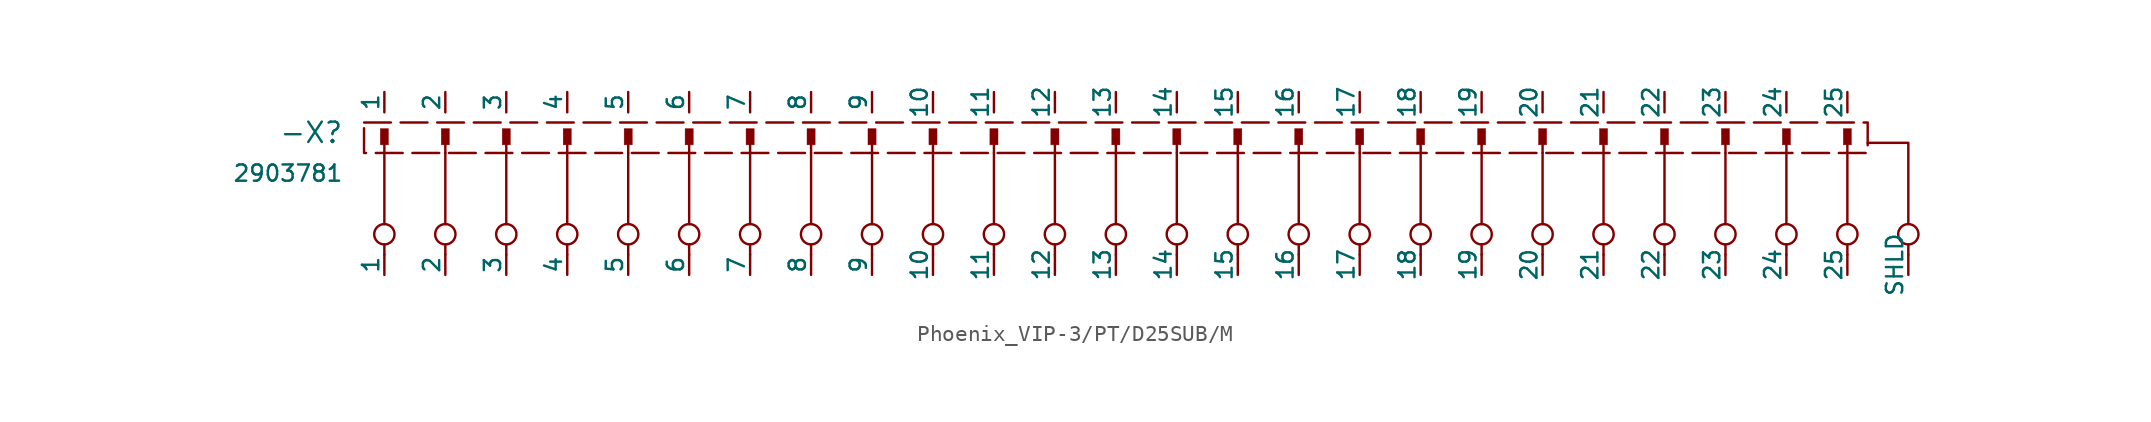
<source format=kicad_sym>
(kicad_symbol_lib
  (version 20231120)
  (generator "kicad_symbol_editor")
  (generator_version "8.0")
  (symbol "Phoenix_VIP-3/PT/D25SUB/M"
    (pin_numbers hide)
    (pin_names
      (offset 0))
    (property "Reference" "-X"
      (at -2.54 1.27 0)
      (do_not_autoplace)
      (effects (font (size 1.27 1.27)) (justify right)))
    (property "Value" "${PartNo}"
      (at -2.54 -1.27 0)
      (do_not_autoplace)
      (effects (font (size 1.016 1.016)) (justify right)))
    (property "PartNo" "2903781"
      (at 0 -22.86 0)
      (effects (font (size 1.016 1.016)) (justify left) (hide yes)))
    (symbol "Phoenix_VIP-3/PT/D25SUB/M_0_1"
      (rectangle (start -1.27 1.905) (end 92.71 0) (stroke (width 0) (type dash)) (fill (type none)))
      (circle (center 0 -5.08) (radius 0.635) (stroke (width 0) (type default)) (fill (type none)))
      (polyline (pts (xy 0 -5.715) (xy 0 -6.35)) (stroke (width 0) (type default)) (fill (type none)))
      (polyline (pts (xy 3.81 -5.715) (xy 3.81 -6.35)) (stroke (width 0) (type default)) (fill (type none)))
      (polyline (pts (xy 7.62 -5.715) (xy 7.62 -6.35)) (stroke (width 0) (type default)) (fill (type none)))
      (polyline (pts (xy 11.43 -5.715) (xy 11.43 -6.35)) (stroke (width 0) (type default)) (fill (type none)))
      (polyline (pts (xy 15.24 -5.715) (xy 15.24 -6.35)) (stroke (width 0) (type default)) (fill (type none)))
      (polyline (pts (xy 19.05 -5.715) (xy 19.05 -6.35)) (stroke (width 0) (type default)) (fill (type none)))
      (polyline (pts (xy 22.86 -5.715) (xy 22.86 -6.35)) (stroke (width 0) (type default)) (fill (type none)))
      (polyline (pts (xy 26.67 -5.715) (xy 26.67 -6.35)) (stroke (width 0) (type default)) (fill (type none)))
      (polyline (pts (xy 30.48 -5.715) (xy 30.48 -6.35)) (stroke (width 0) (type default)) (fill (type none)))
      (polyline (pts (xy 34.29 -5.715) (xy 34.29 -6.35)) (stroke (width 0) (type default)) (fill (type none)))
      (polyline (pts (xy 38.1 -5.715) (xy 38.1 -6.35)) (stroke (width 0) (type default)) (fill (type none)))
      (polyline (pts (xy 41.91 -5.715) (xy 41.91 -6.35)) (stroke (width 0) (type default)) (fill (type none)))
      (polyline (pts (xy 45.72 -5.715) (xy 45.72 -6.35)) (stroke (width 0) (type default)) (fill (type none)))
      (polyline (pts (xy 49.53 -5.715) (xy 49.53 -6.35)) (stroke (width 0) (type default)) (fill (type none)))
      (polyline (pts (xy 53.34 -5.715) (xy 53.34 -6.35)) (stroke (width 0) (type default)) (fill (type none)))
      (polyline (pts (xy 57.15 -5.715) (xy 57.15 -6.35)) (stroke (width 0) (type default)) (fill (type none)))
      (polyline (pts (xy 60.96 -5.715) (xy 60.96 -6.35)) (stroke (width 0) (type default)) (fill (type none)))
      (polyline (pts (xy 64.77 -5.715) (xy 64.77 -6.35)) (stroke (width 0) (type default)) (fill (type none)))
      (polyline (pts (xy 68.58 -5.715) (xy 68.58 -6.35)) (stroke (width 0) (type default)) (fill (type none)))
      (polyline (pts (xy 72.39 -5.715) (xy 72.39 -6.35)) (stroke (width 0) (type default)) (fill (type none)))
      (polyline (pts (xy 76.2 -5.715) (xy 76.2 -6.35)) (stroke (width 0) (type default)) (fill (type none)))
      (polyline (pts (xy 80.01 -5.715) (xy 80.01 -6.35)) (stroke (width 0) (type default)) (fill (type none)))
      (polyline (pts (xy 83.82 -5.715) (xy 83.82 -6.35)) (stroke (width 0) (type default)) (fill (type none)))
      (polyline (pts (xy 87.63 -5.715) (xy 87.63 -6.35)) (stroke (width 0) (type default)) (fill (type none)))
      (polyline (pts (xy 91.44 -5.715) (xy 91.44 -6.35)) (stroke (width 0) (type default)) (fill (type none)))
      (polyline (pts (xy 95.25 -5.715) (xy 95.25 -6.35)) (stroke (width 0) (type default)) (fill (type none)))
      (polyline (pts (xy 92.71 0.635) (xy 95.25 0.635) (xy 95.25 -4.445)) (stroke (width 0) (type default)) (fill (type none)))
      (circle (center 3.81 -5.08) (radius 0.635) (stroke (width 0) (type default)) (fill (type none)))
      (circle (center 7.62 -5.08) (radius 0.635) (stroke (width 0) (type default)) (fill (type none)))
      (circle (center 11.43 -5.08) (radius 0.635) (stroke (width 0) (type default)) (fill (type none)))
      (circle (center 15.24 -5.08) (radius 0.635) (stroke (width 0) (type default)) (fill (type none)))
      (circle (center 19.05 -5.08) (radius 0.635) (stroke (width 0) (type default)) (fill (type none)))
      (circle (center 22.86 -5.08) (radius 0.635) (stroke (width 0) (type default)) (fill (type none)))
      (circle (center 26.67 -5.08) (radius 0.635) (stroke (width 0) (type default)) (fill (type none)))
      (circle (center 30.48 -5.08) (radius 0.635) (stroke (width 0) (type default)) (fill (type none)))
      (circle (center 34.29 -5.08) (radius 0.635) (stroke (width 0) (type default)) (fill (type none)))
      (circle (center 38.1 -5.08) (radius 0.635) (stroke (width 0) (type default)) (fill (type none)))
      (circle (center 41.91 -5.08) (radius 0.635) (stroke (width 0) (type default)) (fill (type none)))
      (circle (center 45.72 -5.08) (radius 0.635) (stroke (width 0) (type default)) (fill (type none)))
      (circle (center 49.53 -5.08) (radius 0.635) (stroke (width 0) (type default)) (fill (type none)))
      (circle (center 53.34 -5.08) (radius 0.635) (stroke (width 0) (type default)) (fill (type none)))
      (circle (center 57.15 -5.08) (radius 0.635) (stroke (width 0) (type default)) (fill (type none)))
      (circle (center 60.96 -5.08) (radius 0.635) (stroke (width 0) (type default)) (fill (type none)))
      (circle (center 64.77 -5.08) (radius 0.635) (stroke (width 0) (type default)) (fill (type none)))
      (circle (center 68.58 -5.08) (radius 0.635) (stroke (width 0) (type default)) (fill (type none)))
      (circle (center 72.39 -5.08) (radius 0.635) (stroke (width 0) (type default)) (fill (type none)))
      (circle (center 76.2 -5.08) (radius 0.635) (stroke (width 0) (type default)) (fill (type none)))
      (circle (center 80.01 -5.08) (radius 0.635) (stroke (width 0) (type default)) (fill (type none)))
      (circle (center 83.82 -5.08) (radius 0.635) (stroke (width 0) (type default)) (fill (type none)))
      (circle (center 87.63 -5.08) (radius 0.635) (stroke (width 0) (type default)) (fill (type none)))
      (circle (center 91.44 -5.08) (radius 0.635) (stroke (width 0) (type default)) (fill (type none)))
      (circle (center 95.25 -5.08) (radius 0.635) (stroke (width 0) (type default)) (fill (type none))))
    (symbol "Phoenix_VIP-3/PT/D25SUB/M_1_1"
      (rectangle (start -0.254 0.508) (end 0.254 1.524) (stroke (width 0.025) (type default)) (fill (type outline)))
      (polyline (pts (xy 0 -4.445) (xy 0 0)) (stroke (width 0) (type default)) (fill (type none)))
      (polyline (pts (xy 0 0.635) (xy 0 0)) (stroke (width 0) (type default)) (fill (type none)))
      (polyline (pts (xy 3.81 -4.445) (xy 3.81 0)) (stroke (width 0) (type default)) (fill (type none)))
      (polyline (pts (xy 3.81 0.635) (xy 3.81 0)) (stroke (width 0) (type default)) (fill (type none)))
      (polyline (pts (xy 7.62 -4.445) (xy 7.62 0)) (stroke (width 0) (type default)) (fill (type none)))
      (polyline (pts (xy 7.62 0.635) (xy 7.62 0)) (stroke (width 0) (type default)) (fill (type none)))
      (polyline (pts (xy 11.43 -4.445) (xy 11.43 0)) (stroke (width 0) (type default)) (fill (type none)))
      (polyline (pts (xy 11.43 0.635) (xy 11.43 0)) (stroke (width 0) (type default)) (fill (type none)))
      (polyline (pts (xy 15.24 -4.445) (xy 15.24 0)) (stroke (width 0) (type default)) (fill (type none)))
      (polyline (pts (xy 15.24 0.635) (xy 15.24 0)) (stroke (width 0) (type default)) (fill (type none)))
      (polyline (pts (xy 19.05 -4.445) (xy 19.05 0)) (stroke (width 0) (type default)) (fill (type none)))
      (polyline (pts (xy 19.05 0.635) (xy 19.05 0)) (stroke (width 0) (type default)) (fill (type none)))
      (polyline (pts (xy 22.86 -4.445) (xy 22.86 0)) (stroke (width 0) (type default)) (fill (type none)))
      (polyline (pts (xy 22.86 0.635) (xy 22.86 0)) (stroke (width 0) (type default)) (fill (type none)))
      (polyline (pts (xy 26.67 -4.445) (xy 26.67 0)) (stroke (width 0) (type default)) (fill (type none)))
      (polyline (pts (xy 26.67 0.635) (xy 26.67 0)) (stroke (width 0) (type default)) (fill (type none)))
      (polyline (pts (xy 30.48 -4.445) (xy 30.48 0)) (stroke (width 0) (type default)) (fill (type none)))
      (polyline (pts (xy 30.48 0.635) (xy 30.48 0)) (stroke (width 0) (type default)) (fill (type none)))
      (polyline (pts (xy 34.29 -4.445) (xy 34.29 0)) (stroke (width 0) (type default)) (fill (type none)))
      (polyline (pts (xy 34.29 0.635) (xy 34.29 0)) (stroke (width 0) (type default)) (fill (type none)))
      (polyline (pts (xy 38.1 -4.445) (xy 38.1 0)) (stroke (width 0) (type default)) (fill (type none)))
      (polyline (pts (xy 38.1 0.635) (xy 38.1 0)) (stroke (width 0) (type default)) (fill (type none)))
      (polyline (pts (xy 41.91 -4.445) (xy 41.91 0)) (stroke (width 0) (type default)) (fill (type none)))
      (polyline (pts (xy 41.91 0.635) (xy 41.91 0)) (stroke (width 0) (type default)) (fill (type none)))
      (polyline (pts (xy 45.72 -4.445) (xy 45.72 0)) (stroke (width 0) (type default)) (fill (type none)))
      (polyline (pts (xy 45.72 0.635) (xy 45.72 0)) (stroke (width 0) (type default)) (fill (type none)))
      (polyline (pts (xy 49.53 -4.445) (xy 49.53 0)) (stroke (width 0) (type default)) (fill (type none)))
      (polyline (pts (xy 49.53 0.635) (xy 49.53 0)) (stroke (width 0) (type default)) (fill (type none)))
      (polyline (pts (xy 53.34 -4.445) (xy 53.34 0)) (stroke (width 0) (type default)) (fill (type none)))
      (polyline (pts (xy 53.34 0.635) (xy 53.34 0)) (stroke (width 0) (type default)) (fill (type none)))
      (polyline (pts (xy 57.15 -4.445) (xy 57.15 0)) (stroke (width 0) (type default)) (fill (type none)))
      (polyline (pts (xy 57.15 0.635) (xy 57.15 0)) (stroke (width 0) (type default)) (fill (type none)))
      (polyline (pts (xy 60.96 -4.445) (xy 60.96 0)) (stroke (width 0) (type default)) (fill (type none)))
      (polyline (pts (xy 60.96 0.635) (xy 60.96 0)) (stroke (width 0) (type default)) (fill (type none)))
      (polyline (pts (xy 64.77 -4.445) (xy 64.77 0)) (stroke (width 0) (type default)) (fill (type none)))
      (polyline (pts (xy 64.77 0.635) (xy 64.77 0)) (stroke (width 0) (type default)) (fill (type none)))
      (polyline (pts (xy 68.58 -4.445) (xy 68.58 0)) (stroke (width 0) (type default)) (fill (type none)))
      (polyline (pts (xy 68.58 0.635) (xy 68.58 0)) (stroke (width 0) (type default)) (fill (type none)))
      (polyline (pts (xy 72.39 -4.445) (xy 72.39 0)) (stroke (width 0) (type default)) (fill (type none)))
      (polyline (pts (xy 72.39 0.635) (xy 72.39 0)) (stroke (width 0) (type default)) (fill (type none)))
      (polyline (pts (xy 76.2 -4.445) (xy 76.2 0)) (stroke (width 0) (type default)) (fill (type none)))
      (polyline (pts (xy 76.2 0.635) (xy 76.2 0)) (stroke (width 0) (type default)) (fill (type none)))
      (polyline (pts (xy 80.01 -4.445) (xy 80.01 0)) (stroke (width 0) (type default)) (fill (type none)))
      (polyline (pts (xy 80.01 0.635) (xy 80.01 0)) (stroke (width 0) (type default)) (fill (type none)))
      (polyline (pts (xy 83.82 -4.445) (xy 83.82 0)) (stroke (width 0) (type default)) (fill (type none)))
      (polyline (pts (xy 83.82 0.635) (xy 83.82 0)) (stroke (width 0) (type default)) (fill (type none)))
      (polyline (pts (xy 87.63 -4.445) (xy 87.63 0)) (stroke (width 0) (type default)) (fill (type none)))
      (polyline (pts (xy 87.63 0.635) (xy 87.63 0)) (stroke (width 0) (type default)) (fill (type none)))
      (polyline (pts (xy 91.44 -4.445) (xy 91.44 0)) (stroke (width 0) (type default)) (fill (type none)))
      (polyline (pts (xy 91.44 0.635) (xy 91.44 0)) (stroke (width 0) (type default)) (fill (type none)))
      (rectangle (start 3.556 0.508) (end 4.064 1.524) (stroke (width 0.025) (type default)) (fill (type outline)))
      (rectangle (start 7.366 0.508) (end 7.874 1.524) (stroke (width 0.025) (type default)) (fill (type outline)))
      (rectangle (start 11.176 0.508) (end 11.684 1.524) (stroke (width 0.025) (type default)) (fill (type outline)))
      (rectangle (start 14.986 0.508) (end 15.494 1.524) (stroke (width 0.025) (type default)) (fill (type outline)))
      (rectangle (start 18.796 0.508) (end 19.304 1.524) (stroke (width 0.025) (type default)) (fill (type outline)))
      (rectangle (start 22.606 0.508) (end 23.114 1.524) (stroke (width 0.025) (type default)) (fill (type outline)))
      (rectangle (start 26.416 0.508) (end 26.924 1.524) (stroke (width 0.025) (type default)) (fill (type outline)))
      (rectangle (start 30.226 0.508) (end 30.734 1.524) (stroke (width 0.025) (type default)) (fill (type outline)))
      (rectangle (start 34.036 0.508) (end 34.544 1.524) (stroke (width 0.025) (type default)) (fill (type outline)))
      (rectangle (start 37.846 0.508) (end 38.354 1.524) (stroke (width 0.025) (type default)) (fill (type outline)))
      (rectangle (start 41.656 0.508) (end 42.164 1.524) (stroke (width 0.025) (type default)) (fill (type outline)))
      (rectangle (start 45.466 0.508) (end 45.974 1.524) (stroke (width 0.025) (type default)) (fill (type outline)))
      (rectangle (start 49.276 0.508) (end 49.784 1.524) (stroke (width 0.025) (type default)) (fill (type outline)))
      (rectangle (start 53.086 0.508) (end 53.594 1.524) (stroke (width 0.025) (type default)) (fill (type outline)))
      (rectangle (start 56.896 0.508) (end 57.404 1.524) (stroke (width 0.025) (type default)) (fill (type outline)))
      (rectangle (start 60.706 0.508) (end 61.214 1.524) (stroke (width 0.025) (type default)) (fill (type outline)))
      (rectangle (start 64.516 0.508) (end 65.024 1.524) (stroke (width 0.025) (type default)) (fill (type outline)))
      (rectangle (start 68.326 0.508) (end 68.834 1.524) (stroke (width 0.025) (type default)) (fill (type outline)))
      (rectangle (start 72.136 0.508) (end 72.644 1.524) (stroke (width 0.025) (type default)) (fill (type outline)))
      (rectangle (start 75.946 0.508) (end 76.454 1.524) (stroke (width 0.025) (type default)) (fill (type outline)))
      (rectangle (start 79.756 0.508) (end 80.264 1.524) (stroke (width 0.025) (type default)) (fill (type outline)))
      (rectangle (start 83.566 0.508) (end 84.074 1.524) (stroke (width 0.025) (type default)) (fill (type outline)))
      (rectangle (start 87.376 1.524) (end 87.884 0.508) (stroke (width 0.025) (type default)) (fill (type outline)))
      (rectangle (start 91.186 1.524) (end 91.694 0.508) (stroke (width 0.025) (type default)) (fill (type outline)))
      (pin passive line (at 0 3.81 270) (length 1.27) (name "1" (effects (font (size 1.016 1.016)))) (number "1" (effects (font (size 1.016 1.016)))))
      (pin passive line (at 34.29 3.81 270) (length 1.27) (name "10" (effects (font (size 1.016 1.016)))) (number "10" (effects (font (size 1.016 1.016)))))
      (pin passive line (at 38.1 3.81 270) (length 1.27) (name "11" (effects (font (size 1.016 1.016)))) (number "11" (effects (font (size 1.016 1.016)))))
      (pin passive line (at 41.91 3.81 270) (length 1.27) (name "12" (effects (font (size 1.016 1.016)))) (number "12" (effects (font (size 1.016 1.016)))))
      (pin passive line (at 45.72 3.81 270) (length 1.27) (name "13" (effects (font (size 1.016 1.016)))) (number "13" (effects (font (size 1.016 1.016)))))
      (pin passive line (at 49.53 3.81 270) (length 1.27) (name "14" (effects (font (size 1.016 1.016)))) (number "14" (effects (font (size 1.016 1.016)))))
      (pin passive line (at 53.34 3.81 270) (length 1.27) (name "15" (effects (font (size 1.016 1.016)))) (number "15" (effects (font (size 1.016 1.016)))))
      (pin passive line (at 57.15 3.81 270) (length 1.27) (name "16" (effects (font (size 1.016 1.016)))) (number "16" (effects (font (size 1.016 1.016)))))
      (pin passive line (at 60.96 3.81 270) (length 1.27) (name "17" (effects (font (size 1.016 1.016)))) (number "17" (effects (font (size 1.016 1.016)))))
      (pin passive line (at 64.77 3.81 270) (length 1.27) (name "18" (effects (font (size 1.016 1.016)))) (number "18" (effects (font (size 1.016 1.016)))))
      (pin passive line (at 68.58 3.81 270) (length 1.27) (name "19" (effects (font (size 1.016 1.016)))) (number "19" (effects (font (size 1.016 1.016)))))
      (pin passive line (at 3.81 3.81 270) (length 1.27) (name "2" (effects (font (size 1.016 1.016)))) (number "2" (effects (font (size 1.016 1.016)))))
      (pin passive line (at 72.39 3.81 270) (length 1.27) (name "20" (effects (font (size 1.016 1.016)))) (number "20" (effects (font (size 1.016 1.016)))))
      (pin passive line (at 76.2 3.81 270) (length 1.27) (name "21" (effects (font (size 1.016 1.016)))) (number "21" (effects (font (size 1.016 1.016)))))
      (pin passive line (at 80.01 3.81 270) (length 1.27) (name "22" (effects (font (size 1.016 1.016)))) (number "22" (effects (font (size 1.016 1.016)))))
      (pin passive line (at 83.82 3.81 270) (length 1.27) (name "23" (effects (font (size 1.016 1.016)))) (number "23" (effects (font (size 1.016 1.016)))))
      (pin passive line (at 87.63 3.81 270) (length 1.27) (name "24" (effects (font (size 1.016 1.016)))) (number "24" (effects (font (size 1.016 1.016)))))
      (pin passive line (at 91.44 3.81 270) (length 1.27) (name "25" (effects (font (size 1.016 1.016)))) (number "25" (effects (font (size 1.016 1.016)))))
      (pin passive line (at 0 -7.62 90) (length 1.27) (name "1" (effects (font (size 1.016 1.016)))) (number "26" (effects (font (size 1.016 1.016)))))
      (pin passive line (at 3.81 -7.62 90) (length 1.27) (name "2" (effects (font (size 1.016 1.016)))) (number "27" (effects (font (size 1.016 1.016)))))
      (pin passive line (at 7.62 -7.62 90) (length 1.27) (name "3" (effects (font (size 1.016 1.016)))) (number "28" (effects (font (size 1.016 1.016)))))
      (pin passive line (at 11.43 -7.62 90) (length 1.27) (name "4" (effects (font (size 1.016 1.016)))) (number "29" (effects (font (size 1.016 1.016)))))
      (pin passive line (at 7.62 3.81 270) (length 1.27) (name "3" (effects (font (size 1.016 1.016)))) (number "3" (effects (font (size 1.016 1.016)))))
      (pin passive line (at 15.24 -7.62 90) (length 1.27) (name "5" (effects (font (size 1.016 1.016)))) (number "30" (effects (font (size 1.016 1.016)))))
      (pin passive line (at 19.05 -7.62 90) (length 1.27) (name "6" (effects (font (size 1.016 1.016)))) (number "31" (effects (font (size 1.016 1.016)))))
      (pin passive line (at 22.86 -7.62 90) (length 1.27) (name "7" (effects (font (size 1.016 1.016)))) (number "32" (effects (font (size 1.016 1.016)))))
      (pin passive line (at 26.67 -7.62 90) (length 1.27) (name "8" (effects (font (size 1.016 1.016)))) (number "33" (effects (font (size 1.016 1.016)))))
      (pin passive line (at 30.48 -7.62 90) (length 1.27) (name "9" (effects (font (size 1.016 1.016)))) (number "34" (effects (font (size 1.016 1.016)))))
      (pin passive line (at 34.29 -7.62 90) (length 1.27) (name "10" (effects (font (size 1.016 1.016)))) (number "35" (effects (font (size 1.016 1.016)))))
      (pin passive line (at 38.1 -7.62 90) (length 1.27) (name "11" (effects (font (size 1.016 1.016)))) (number "36" (effects (font (size 1.016 1.016)))))
      (pin passive line (at 41.91 -7.62 90) (length 1.27) (name "12" (effects (font (size 1.016 1.016)))) (number "37" (effects (font (size 1.016 1.016)))))
      (pin passive line (at 45.72 -7.62 90) (length 1.27) (name "13" (effects (font (size 1.016 1.016)))) (number "38" (effects (font (size 1.016 1.016)))))
      (pin passive line (at 49.53 -7.62 90) (length 1.27) (name "14" (effects (font (size 1.016 1.016)))) (number "39" (effects (font (size 1.016 1.016)))))
      (pin passive line (at 11.43 3.81 270) (length 1.27) (name "4" (effects (font (size 1.016 1.016)))) (number "4" (effects (font (size 1.016 1.016)))))
      (pin passive line (at 53.34 -7.62 90) (length 1.27) (name "15" (effects (font (size 1.016 1.016)))) (number "40" (effects (font (size 1.016 1.016)))))
      (pin passive line (at 57.15 -7.62 90) (length 1.27) (name "16" (effects (font (size 1.016 1.016)))) (number "41" (effects (font (size 1.016 1.016)))))
      (pin passive line (at 60.96 -7.62 90) (length 1.27) (name "17" (effects (font (size 1.016 1.016)))) (number "42" (effects (font (size 1.016 1.016)))))
      (pin passive line (at 64.77 -7.62 90) (length 1.27) (name "18" (effects (font (size 1.016 1.016)))) (number "43" (effects (font (size 1.016 1.016)))))
      (pin passive line (at 68.58 -7.62 90) (length 1.27) (name "19" (effects (font (size 1.016 1.016)))) (number "44" (effects (font (size 1.016 1.016)))))
      (pin passive line (at 72.39 -7.62 90) (length 1.27) (name "20" (effects (font (size 1.016 1.016)))) (number "45" (effects (font (size 1.016 1.016)))))
      (pin passive line (at 76.2 -7.62 90) (length 1.27) (name "21" (effects (font (size 1.016 1.016)))) (number "46" (effects (font (size 1.016 1.016)))))
      (pin passive line (at 80.01 -7.62 90) (length 1.27) (name "22" (effects (font (size 1.016 1.016)))) (number "47" (effects (font (size 1.016 1.016)))))
      (pin passive line (at 83.82 -7.62 90) (length 1.27) (name "23" (effects (font (size 1.016 1.016)))) (number "48" (effects (font (size 1.016 1.016)))))
      (pin passive line (at 87.63 -7.62 90) (length 1.27) (name "24" (effects (font (size 1.016 1.016)))) (number "49" (effects (font (size 1.016 1.016)))))
      (pin passive line (at 15.24 3.81 270) (length 1.27) (name "5" (effects (font (size 1.016 1.016)))) (number "5" (effects (font (size 1.016 1.016)))))
      (pin passive line (at 91.44 -7.62 90) (length 1.27) (name "25" (effects (font (size 1.016 1.016)))) (number "50" (effects (font (size 1.016 1.016)))))
      (pin passive line (at 95.25 -7.62 90) (length 1.27) (name "SHLD" (effects (font (size 1.016 1.016)))) (number "51" (effects (font (size 1.016 1.016)))))
      (pin passive line (at 19.05 3.81 270) (length 1.27) (name "6" (effects (font (size 1.016 1.016)))) (number "6" (effects (font (size 1.016 1.016)))))
      (pin passive line (at 22.86 3.81 270) (length 1.27) (name "7" (effects (font (size 1.016 1.016)))) (number "7" (effects (font (size 1.016 1.016)))))
      (pin passive line (at 26.67 3.81 270) (length 1.27) (name "8" (effects (font (size 1.016 1.016)))) (number "8" (effects (font (size 1.016 1.016)))))
      (pin passive line (at 30.48 3.81 270) (length 1.27) (name "9" (effects (font (size 1.016 1.016)))) (number "9" (effects (font (size 1.016 1.016))))))))
</source>
